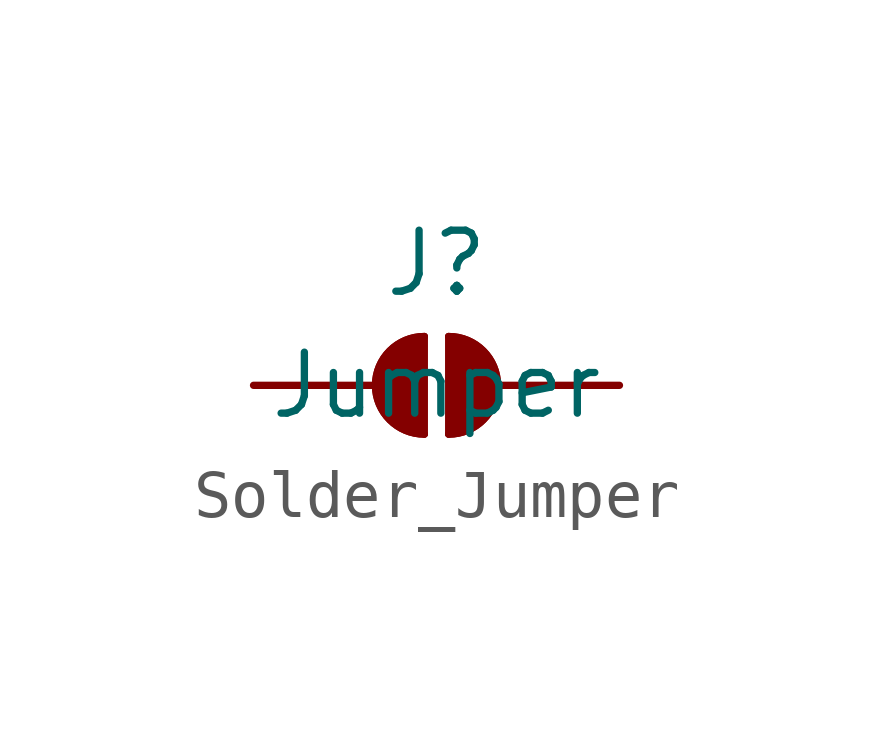
<source format=kicad_sym>
(kicad_symbol_lib
  (version 20241209)
  (generator "kicad_symbol_editor")
  (generator_version "9.0")
  (symbol "Solder_Jumper"
    (pin_numbers
      (hide yes))
    (pin_names
      (hide yes))
    (property "Reference" "J"
      (at 0 2.54 0)
      (effects (font (size 1.27 1.27))))
    (property "Value" "Jumper"
      (at 0 0 0)
      (effects (font (size 1.27 1.27))))
    (symbol "Solder_Jumper_0_1"
      (polyline (pts (xy -0.254 1.016) (xy -0.254 -1.016)) (stroke (width 0) (type default)) (fill (type none)))
      (arc (start -0.254 -1.016) (mid -1.2656 0) (end -0.254 1.016) (stroke (width 0) (type default)) (fill (type none)))
      (arc (start -0.254 -1.016) (mid -1.2656 0) (end -0.254 1.016) (stroke (width 0) (type default)) (fill (type outline)))
      (arc (start 0.254 1.016) (mid 1.2656 0) (end 0.254 -1.016) (stroke (width 0) (type default)) (fill (type none)))
      (arc (start 0.254 1.016) (mid 1.2656 0) (end 0.254 -1.016) (stroke (width 0) (type default)) (fill (type outline)))
      (polyline (pts (xy 0.254 1.016) (xy 0.254 -1.016)) (stroke (width 0) (type default)) (fill (type none))))
    (symbol "Solder_Jumper_1_1"
      (pin passive line (at -3.81 0 0) (length 2.54) (name "A" (effects (font (size 1.27 1.27)))) (number "1" (effects (font (size 1.27 1.27)))))
      (pin passive line (at 3.81 0 180) (length 2.54) (name "B" (effects (font (size 1.27 1.27)))) (number "2" (effects (font (size 1.27 1.27))))))))
</source>
